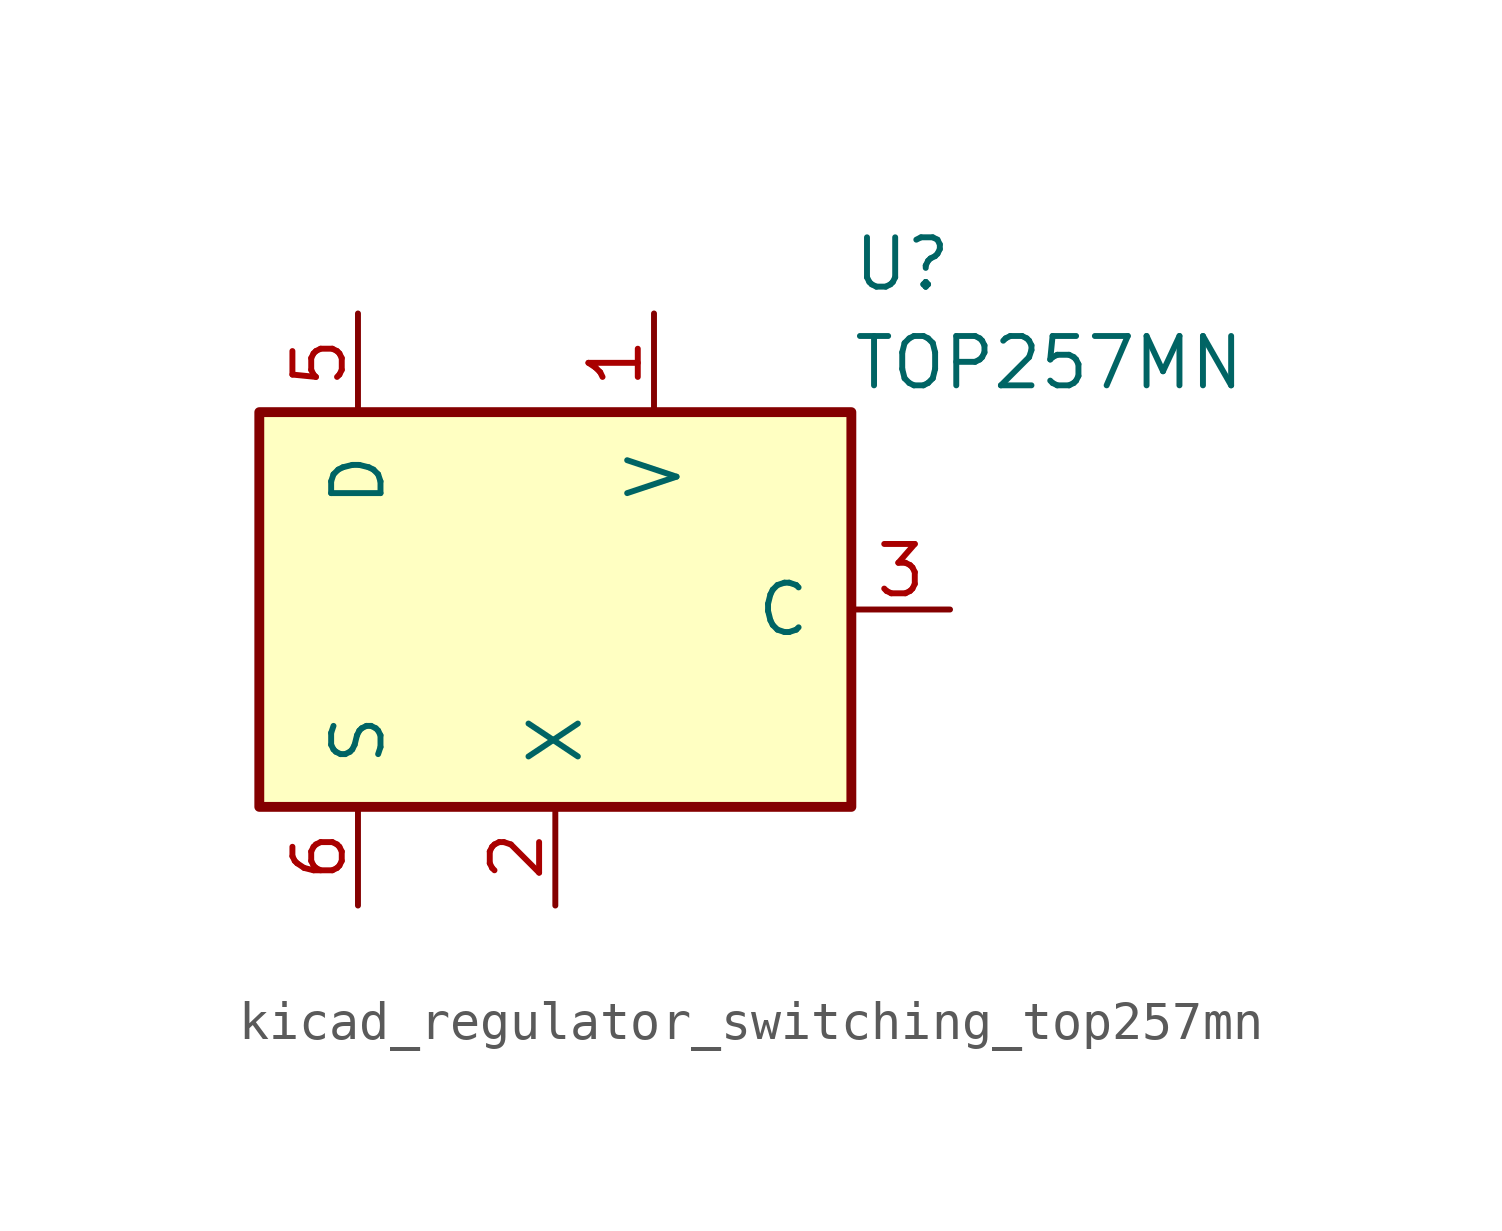
<source format=kicad_sym>
(kicad_symbol_lib
  (version 20220914)
  (generator kicad_symbol_editor)
  (symbol "kicad_regulator_switching_top257mn"
    (pin_names
      (offset 1.016))
    (property "Reference" "U"
      (at 7.62 8.89 0)
      (effects (font (size 1.27 1.27)) (justify left)))
    (property "Value" "TOP257MN"
      (at 7.62 6.35 0)
      (effects (font (size 1.27 1.27)) (justify left)))
    (symbol "kicad_regulator_switching_top257mn_0_1"
      (rectangle (start -7.62 5.08) (end 7.62 -5.08) (stroke (width 0.254) (type default)) (fill (type background))))
    (symbol "kicad_regulator_switching_top257mn_1_1"
      (pin input line (at 2.54 7.62 270) (length 2.54) (name "V" (effects (font (size 1.27 1.27)))) (number "1" (effects (font (size 1.27 1.27)))))
      (pin passive line (at -5.08 -7.62 90) (length 2.54) hide (name "S" (effects (font (size 1.27 1.27)))) (number "10" (effects (font (size 1.27 1.27)))))
      (pin input line (at 0 -7.62 90) (length 2.54) (name "X" (effects (font (size 1.27 1.27)))) (number "2" (effects (font (size 1.27 1.27)))))
      (pin input line (at 10.16 0 180) (length 2.54) (name "C" (effects (font (size 1.27 1.27)))) (number "3" (effects (font (size 1.27 1.27)))))
      (pin open_collector line (at -5.08 7.62 270) (length 2.54) (name "D" (effects (font (size 1.27 1.27)))) (number "5" (effects (font (size 1.27 1.27)))))
      (pin power_in line (at -5.08 -7.62 90) (length 2.54) (name "S" (effects (font (size 1.27 1.27)))) (number "6" (effects (font (size 1.27 1.27)))))
      (pin passive line (at -5.08 -7.62 90) (length 2.54) hide (name "S" (effects (font (size 1.27 1.27)))) (number "7" (effects (font (size 1.27 1.27)))))
      (pin passive line (at -5.08 -7.62 90) (length 2.54) hide (name "S" (effects (font (size 1.27 1.27)))) (number "8" (effects (font (size 1.27 1.27)))))
      (pin passive line (at -5.08 -7.62 90) (length 2.54) hide (name "S" (effects (font (size 1.27 1.27)))) (number "9" (effects (font (size 1.27 1.27))))))))
</source>
